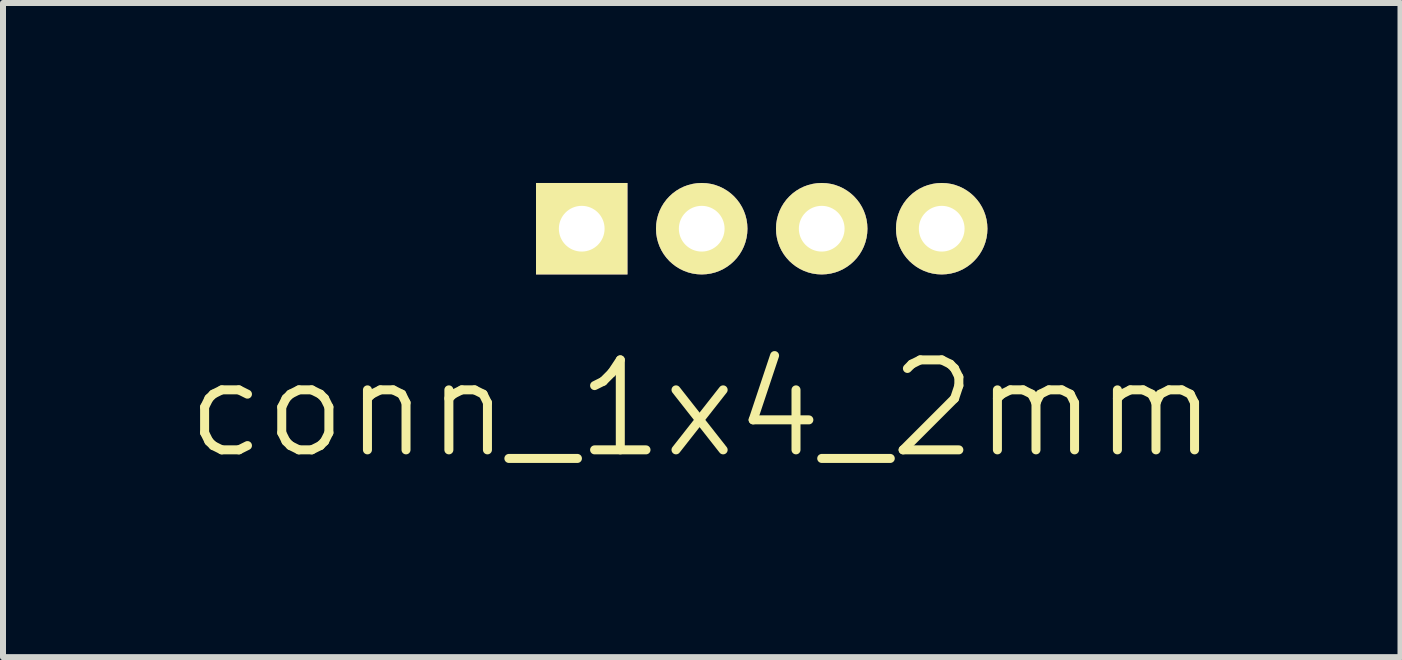
<source format=kicad_pcb>
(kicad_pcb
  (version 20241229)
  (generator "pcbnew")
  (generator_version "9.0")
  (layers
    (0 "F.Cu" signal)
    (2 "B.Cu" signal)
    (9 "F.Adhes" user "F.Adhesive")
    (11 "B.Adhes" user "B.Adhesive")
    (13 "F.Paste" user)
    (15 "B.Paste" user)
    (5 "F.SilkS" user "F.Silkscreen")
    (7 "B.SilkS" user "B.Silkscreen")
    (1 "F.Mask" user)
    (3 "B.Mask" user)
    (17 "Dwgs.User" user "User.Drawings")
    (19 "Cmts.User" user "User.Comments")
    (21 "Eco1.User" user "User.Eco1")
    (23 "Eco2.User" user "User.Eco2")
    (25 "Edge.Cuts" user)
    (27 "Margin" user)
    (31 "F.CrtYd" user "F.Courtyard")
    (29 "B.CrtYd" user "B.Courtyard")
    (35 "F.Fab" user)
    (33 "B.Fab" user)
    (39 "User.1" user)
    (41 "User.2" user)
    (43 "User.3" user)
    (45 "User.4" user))
  (footprint "conn_1x4_2mm"
    (layer "F.Cu")
    (at 9.646 0.762)
    (property "Reference" "conn_1x4_2mm" (at -1 3 0) (layer "F.SilkS") (effects (font (size 1.5 1.5) (thickness 0.15))))
    (attr through_hole)
    (pad "1" thru_hole rect (at -3 0) (size 1.524 1.524) (drill 0.762) (layers "*.Cu" "*.Mask" "F.SilkS"))
    (pad "2" thru_hole circle (at -1 0) (size 1.524 1.524) (drill 0.762) (layers "*.Cu" "*.Mask" "F.SilkS"))
    (pad "3" thru_hole circle (at 1 0) (size 1.524 1.524) (drill 0.762) (layers "*.Cu" "*.Mask" "F.SilkS"))
    (pad "4" thru_hole circle (at 3 0) (size 1.524 1.524) (drill 0.762) (layers "*.Cu" "*.Mask" "F.SilkS")))
  (gr_rect
    (start -3 -3)
    (end 20.293 7.903)
    (stroke (width 0.1) (type default))
    (fill no)
    (layer "Edge.Cuts")))
</source>
